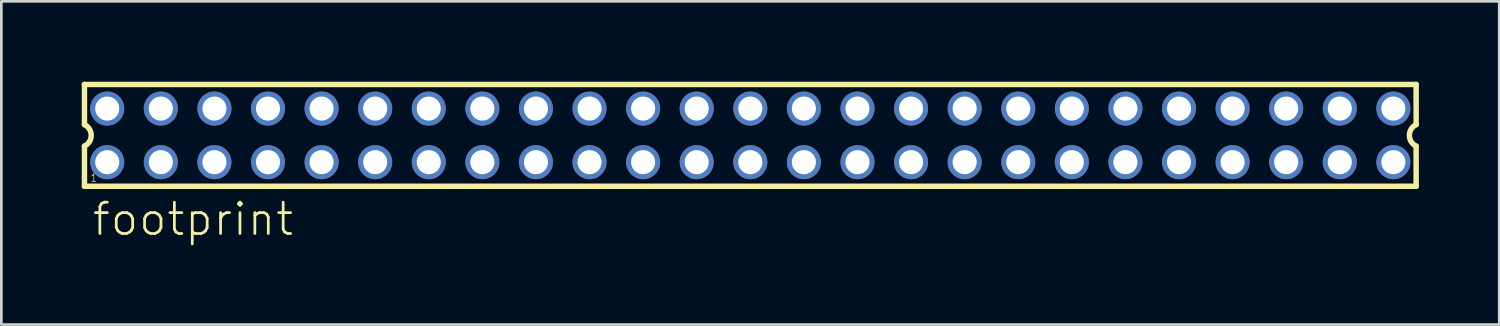
<source format=kicad_pcb>
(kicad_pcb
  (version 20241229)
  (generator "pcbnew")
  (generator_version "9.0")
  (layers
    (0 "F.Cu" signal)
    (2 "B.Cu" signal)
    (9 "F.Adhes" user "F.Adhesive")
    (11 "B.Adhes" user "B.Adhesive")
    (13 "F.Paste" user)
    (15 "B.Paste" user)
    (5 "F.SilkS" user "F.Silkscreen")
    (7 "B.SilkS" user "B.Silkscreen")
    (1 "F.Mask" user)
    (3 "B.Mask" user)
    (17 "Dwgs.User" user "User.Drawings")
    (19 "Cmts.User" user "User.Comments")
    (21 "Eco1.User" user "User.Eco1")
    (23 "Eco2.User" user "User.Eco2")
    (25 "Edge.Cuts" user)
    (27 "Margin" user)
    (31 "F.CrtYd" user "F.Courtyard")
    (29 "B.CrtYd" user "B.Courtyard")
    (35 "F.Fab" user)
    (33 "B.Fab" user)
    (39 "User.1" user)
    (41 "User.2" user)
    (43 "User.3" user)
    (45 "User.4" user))
  (footprint "footprint"
    (layer "F.Cu")
    (at 24.952 2.002)
    (property "Reference" "footprint" (at -24.62 3.81 0) (layer "F.SilkS") (effects (font (size 1.168 1.168) (thickness 0.102)) (justify left bottom)))
    (fp_line (start -24.85 -1.9) (end -24.85 -0.4) (stroke (width 0.203) (type solid)) (layer "F.SilkS"))
    (fp_line (start -24.85 0.4) (end -24.85 1.9) (stroke (width 0.203) (type solid)) (layer "F.SilkS"))
    (fp_line (start -24.85 1.9) (end 24.85 1.9) (stroke (width 0.203) (type solid)) (layer "F.SilkS"))
    (fp_line (start 24.85 -1.9) (end -24.85 -1.9) (stroke (width 0.203) (type solid)) (layer "F.SilkS"))
    (fp_line (start 24.85 -0.4) (end 24.85 -1.9) (stroke (width 0.203) (type solid)) (layer "F.SilkS"))
    (fp_line (start 24.85 1.9) (end 24.85 0.4) (stroke (width 0.203) (type solid)) (layer "F.SilkS"))
    (fp_arc (start -24.85 -0.4) (mid -24.597168 -0.000001) (end -24.849998 0.399999) (stroke (width 0.2032) (type solid)) (layer "F.SilkS"))
    (fp_arc (start 24.85 0.4) (mid 24.597168 0.000001) (end 24.849998 -0.399999) (stroke (width 0.2032) (type solid)) (layer "F.SilkS"))
    (fp_poly (pts (xy -24.25 -0.75) (xy -23.75 -0.75) (xy -23.75 -1.25) (xy -24.25 -1.25)) (stroke (width 0.1) (type solid)) (fill no) (layer "F.Fab"))
    (fp_poly (pts (xy -24.25 1.25) (xy -23.75 1.25) (xy -23.75 0.75) (xy -24.25 0.75)) (stroke (width 0.1) (type solid)) (fill no) (layer "F.Fab"))
    (fp_poly (pts (xy -22.25 -0.75) (xy -21.75 -0.75) (xy -21.75 -1.25) (xy -22.25 -1.25)) (stroke (width 0.1) (type solid)) (fill no) (layer "F.Fab"))
    (fp_poly (pts (xy -22.25 1.25) (xy -21.75 1.25) (xy -21.75 0.75) (xy -22.25 0.75)) (stroke (width 0.1) (type solid)) (fill no) (layer "F.Fab"))
    (fp_poly (pts (xy -20.25 -0.75) (xy -19.75 -0.75) (xy -19.75 -1.25) (xy -20.25 -1.25)) (stroke (width 0.1) (type solid)) (fill no) (layer "F.Fab"))
    (fp_poly (pts (xy -20.25 1.25) (xy -19.75 1.25) (xy -19.75 0.75) (xy -20.25 0.75)) (stroke (width 0.1) (type solid)) (fill no) (layer "F.Fab"))
    (fp_poly (pts (xy -18.25 -0.75) (xy -17.75 -0.75) (xy -17.75 -1.25) (xy -18.25 -1.25)) (stroke (width 0.1) (type solid)) (fill no) (layer "F.Fab"))
    (fp_poly (pts (xy -18.25 1.25) (xy -17.75 1.25) (xy -17.75 0.75) (xy -18.25 0.75)) (stroke (width 0.1) (type solid)) (fill no) (layer "F.Fab"))
    (fp_poly (pts (xy -16.25 -0.75) (xy -15.75 -0.75) (xy -15.75 -1.25) (xy -16.25 -1.25)) (stroke (width 0.1) (type solid)) (fill no) (layer "F.Fab"))
    (fp_poly (pts (xy -16.25 1.25) (xy -15.75 1.25) (xy -15.75 0.75) (xy -16.25 0.75)) (stroke (width 0.1) (type solid)) (fill no) (layer "F.Fab"))
    (fp_poly (pts (xy -14.25 -0.75) (xy -13.75 -0.75) (xy -13.75 -1.25) (xy -14.25 -1.25)) (stroke (width 0.1) (type solid)) (fill no) (layer "F.Fab"))
    (fp_poly (pts (xy -14.25 1.25) (xy -13.75 1.25) (xy -13.75 0.75) (xy -14.25 0.75)) (stroke (width 0.1) (type solid)) (fill no) (layer "F.Fab"))
    (fp_poly (pts (xy -12.25 -0.75) (xy -11.75 -0.75) (xy -11.75 -1.25) (xy -12.25 -1.25)) (stroke (width 0.1) (type solid)) (fill no) (layer "F.Fab"))
    (fp_poly (pts (xy -12.25 1.25) (xy -11.75 1.25) (xy -11.75 0.75) (xy -12.25 0.75)) (stroke (width 0.1) (type solid)) (fill no) (layer "F.Fab"))
    (fp_poly (pts (xy -10.25 -0.75) (xy -9.75 -0.75) (xy -9.75 -1.25) (xy -10.25 -1.25)) (stroke (width 0.1) (type solid)) (fill no) (layer "F.Fab"))
    (fp_poly (pts (xy -10.25 1.25) (xy -9.75 1.25) (xy -9.75 0.75) (xy -10.25 0.75)) (stroke (width 0.1) (type solid)) (fill no) (layer "F.Fab"))
    (fp_poly (pts (xy -8.25 -0.75) (xy -7.75 -0.75) (xy -7.75 -1.25) (xy -8.25 -1.25)) (stroke (width 0.1) (type solid)) (fill no) (layer "F.Fab"))
    (fp_poly (pts (xy -8.25 1.25) (xy -7.75 1.25) (xy -7.75 0.75) (xy -8.25 0.75)) (stroke (width 0.1) (type solid)) (fill no) (layer "F.Fab"))
    (fp_poly (pts (xy -6.25 -0.75) (xy -5.75 -0.75) (xy -5.75 -1.25) (xy -6.25 -1.25)) (stroke (width 0.1) (type solid)) (fill no) (layer "F.Fab"))
    (fp_poly (pts (xy -6.25 1.25) (xy -5.75 1.25) (xy -5.75 0.75) (xy -6.25 0.75)) (stroke (width 0.1) (type solid)) (fill no) (layer "F.Fab"))
    (fp_poly (pts (xy -4.25 -0.75) (xy -3.75 -0.75) (xy -3.75 -1.25) (xy -4.25 -1.25)) (stroke (width 0.1) (type solid)) (fill no) (layer "F.Fab"))
    (fp_poly (pts (xy -4.25 1.25) (xy -3.75 1.25) (xy -3.75 0.75) (xy -4.25 0.75)) (stroke (width 0.1) (type solid)) (fill no) (layer "F.Fab"))
    (fp_poly (pts (xy -2.25 -0.75) (xy -1.75 -0.75) (xy -1.75 -1.25) (xy -2.25 -1.25)) (stroke (width 0.1) (type solid)) (fill no) (layer "F.Fab"))
    (fp_poly (pts (xy -2.25 1.25) (xy -1.75 1.25) (xy -1.75 0.75) (xy -2.25 0.75)) (stroke (width 0.1) (type solid)) (fill no) (layer "F.Fab"))
    (fp_poly (pts (xy -0.25 -0.75) (xy 0.25 -0.75) (xy 0.25 -1.25) (xy -0.25 -1.25)) (stroke (width 0.1) (type solid)) (fill no) (layer "F.Fab"))
    (fp_poly (pts (xy -0.25 1.25) (xy 0.25 1.25) (xy 0.25 0.75) (xy -0.25 0.75)) (stroke (width 0.1) (type solid)) (fill no) (layer "F.Fab"))
    (fp_poly (pts (xy 1.75 -0.75) (xy 2.25 -0.75) (xy 2.25 -1.25) (xy 1.75 -1.25)) (stroke (width 0.1) (type solid)) (fill no) (layer "F.Fab"))
    (fp_poly (pts (xy 1.75 1.25) (xy 2.25 1.25) (xy 2.25 0.75) (xy 1.75 0.75)) (stroke (width 0.1) (type solid)) (fill no) (layer "F.Fab"))
    (fp_poly (pts (xy 3.75 -0.75) (xy 4.25 -0.75) (xy 4.25 -1.25) (xy 3.75 -1.25)) (stroke (width 0.1) (type solid)) (fill no) (layer "F.Fab"))
    (fp_poly (pts (xy 3.75 1.25) (xy 4.25 1.25) (xy 4.25 0.75) (xy 3.75 0.75)) (stroke (width 0.1) (type solid)) (fill no) (layer "F.Fab"))
    (fp_poly (pts (xy 5.75 -0.75) (xy 6.25 -0.75) (xy 6.25 -1.25) (xy 5.75 -1.25)) (stroke (width 0.1) (type solid)) (fill no) (layer "F.Fab"))
    (fp_poly (pts (xy 5.75 1.25) (xy 6.25 1.25) (xy 6.25 0.75) (xy 5.75 0.75)) (stroke (width 0.1) (type solid)) (fill no) (layer "F.Fab"))
    (fp_poly (pts (xy 7.75 -0.75) (xy 8.25 -0.75) (xy 8.25 -1.25) (xy 7.75 -1.25)) (stroke (width 0.1) (type solid)) (fill no) (layer "F.Fab"))
    (fp_poly (pts (xy 7.75 1.25) (xy 8.25 1.25) (xy 8.25 0.75) (xy 7.75 0.75)) (stroke (width 0.1) (type solid)) (fill no) (layer "F.Fab"))
    (fp_poly (pts (xy 9.75 -0.75) (xy 10.25 -0.75) (xy 10.25 -1.25) (xy 9.75 -1.25)) (stroke (width 0.1) (type solid)) (fill no) (layer "F.Fab"))
    (fp_poly (pts (xy 9.75 1.25) (xy 10.25 1.25) (xy 10.25 0.75) (xy 9.75 0.75)) (stroke (width 0.1) (type solid)) (fill no) (layer "F.Fab"))
    (fp_poly (pts (xy 11.75 -0.75) (xy 12.25 -0.75) (xy 12.25 -1.25) (xy 11.75 -1.25)) (stroke (width 0.1) (type solid)) (fill no) (layer "F.Fab"))
    (fp_poly (pts (xy 11.75 1.25) (xy 12.25 1.25) (xy 12.25 0.75) (xy 11.75 0.75)) (stroke (width 0.1) (type solid)) (fill no) (layer "F.Fab"))
    (fp_poly (pts (xy 13.75 -0.75) (xy 14.25 -0.75) (xy 14.25 -1.25) (xy 13.75 -1.25)) (stroke (width 0.1) (type solid)) (fill no) (layer "F.Fab"))
    (fp_poly (pts (xy 13.75 1.25) (xy 14.25 1.25) (xy 14.25 0.75) (xy 13.75 0.75)) (stroke (width 0.1) (type solid)) (fill no) (layer "F.Fab"))
    (fp_poly (pts (xy 15.75 -0.75) (xy 16.25 -0.75) (xy 16.25 -1.25) (xy 15.75 -1.25)) (stroke (width 0.1) (type solid)) (fill no) (layer "F.Fab"))
    (fp_poly (pts (xy 15.75 1.25) (xy 16.25 1.25) (xy 16.25 0.75) (xy 15.75 0.75)) (stroke (width 0.1) (type solid)) (fill no) (layer "F.Fab"))
    (fp_poly (pts (xy 17.75 -0.75) (xy 18.25 -0.75) (xy 18.25 -1.25) (xy 17.75 -1.25)) (stroke (width 0.1) (type solid)) (fill no) (layer "F.Fab"))
    (fp_poly (pts (xy 17.75 1.25) (xy 18.25 1.25) (xy 18.25 0.75) (xy 17.75 0.75)) (stroke (width 0.1) (type solid)) (fill no) (layer "F.Fab"))
    (fp_poly (pts (xy 19.75 -0.75) (xy 20.25 -0.75) (xy 20.25 -1.25) (xy 19.75 -1.25)) (stroke (width 0.1) (type solid)) (fill no) (layer "F.Fab"))
    (fp_poly (pts (xy 19.75 1.25) (xy 20.25 1.25) (xy 20.25 0.75) (xy 19.75 0.75)) (stroke (width 0.1) (type solid)) (fill no) (layer "F.Fab"))
    (fp_poly (pts (xy 21.75 -0.75) (xy 22.25 -0.75) (xy 22.25 -1.25) (xy 21.75 -1.25)) (stroke (width 0.1) (type solid)) (fill no) (layer "F.Fab"))
    (fp_poly (pts (xy 21.75 1.25) (xy 22.25 1.25) (xy 22.25 0.75) (xy 21.75 0.75)) (stroke (width 0.1) (type solid)) (fill no) (layer "F.Fab"))
    (fp_poly (pts (xy 23.75 -0.75) (xy 24.25 -0.75) (xy 24.25 -1.25) (xy 23.75 -1.25)) (stroke (width 0.1) (type solid)) (fill no) (layer "F.Fab"))
    (fp_poly (pts (xy 23.75 1.25) (xy 24.25 1.25) (xy 24.25 0.75) (xy 23.75 0.75)) (stroke (width 0.1) (type solid)) (fill no) (layer "F.Fab"))
    (fp_text user "1" (at -24.65 1.75 0) (layer "F.SilkS") (effects (font (size 0.28 0.28) (thickness 0.024)) (justify left bottom)))
    (pad "1" thru_hole circle (at -24 1) (size 1.27 1.27) (drill 0.9) (layers "*.Cu" "*.Mask"))
    (pad "2" thru_hole circle (at -24 -1) (size 1.27 1.27) (drill 0.9) (layers "*.Cu" "*.Mask"))
    (pad "3" thru_hole circle (at -22 1) (size 1.27 1.27) (drill 0.9) (layers "*.Cu" "*.Mask"))
    (pad "4" thru_hole circle (at -22 -1) (size 1.27 1.27) (drill 0.9) (layers "*.Cu" "*.Mask"))
    (pad "5" thru_hole circle (at -20 1) (size 1.27 1.27) (drill 0.9) (layers "*.Cu" "*.Mask"))
    (pad "6" thru_hole circle (at -20 -1) (size 1.27 1.27) (drill 0.9) (layers "*.Cu" "*.Mask"))
    (pad "7" thru_hole circle (at -18 1) (size 1.27 1.27) (drill 0.9) (layers "*.Cu" "*.Mask"))
    (pad "8" thru_hole circle (at -18 -1) (size 1.27 1.27) (drill 0.9) (layers "*.Cu" "*.Mask"))
    (pad "9" thru_hole circle (at -16 1) (size 1.27 1.27) (drill 0.9) (layers "*.Cu" "*.Mask"))
    (pad "10" thru_hole circle (at -16 -1) (size 1.27 1.27) (drill 0.9) (layers "*.Cu" "*.Mask"))
    (pad "11" thru_hole circle (at -14 1) (size 1.27 1.27) (drill 0.9) (layers "*.Cu" "*.Mask"))
    (pad "12" thru_hole circle (at -14 -1) (size 1.27 1.27) (drill 0.9) (layers "*.Cu" "*.Mask"))
    (pad "13" thru_hole circle (at -12 1) (size 1.27 1.27) (drill 0.9) (layers "*.Cu" "*.Mask"))
    (pad "14" thru_hole circle (at -12 -1) (size 1.27 1.27) (drill 0.9) (layers "*.Cu" "*.Mask"))
    (pad "15" thru_hole circle (at -10 1) (size 1.27 1.27) (drill 0.9) (layers "*.Cu" "*.Mask"))
    (pad "16" thru_hole circle (at -10 -1) (size 1.27 1.27) (drill 0.9) (layers "*.Cu" "*.Mask"))
    (pad "17" thru_hole circle (at -8 1) (size 1.27 1.27) (drill 0.9) (layers "*.Cu" "*.Mask"))
    (pad "18" thru_hole circle (at -8 -1) (size 1.27 1.27) (drill 0.9) (layers "*.Cu" "*.Mask"))
    (pad "19" thru_hole circle (at -6 1) (size 1.27 1.27) (drill 0.9) (layers "*.Cu" "*.Mask"))
    (pad "20" thru_hole circle (at -6 -1) (size 1.27 1.27) (drill 0.9) (layers "*.Cu" "*.Mask"))
    (pad "21" thru_hole circle (at -4 1) (size 1.27 1.27) (drill 0.9) (layers "*.Cu" "*.Mask"))
    (pad "22" thru_hole circle (at -4 -1) (size 1.27 1.27) (drill 0.9) (layers "*.Cu" "*.Mask"))
    (pad "23" thru_hole circle (at -2 1) (size 1.27 1.27) (drill 0.9) (layers "*.Cu" "*.Mask"))
    (pad "24" thru_hole circle (at -2 -1) (size 1.27 1.27) (drill 0.9) (layers "*.Cu" "*.Mask"))
    (pad "25" thru_hole circle (at 0 1) (size 1.27 1.27) (drill 0.9) (layers "*.Cu" "*.Mask"))
    (pad "26" thru_hole circle (at 0 -1) (size 1.27 1.27) (drill 0.9) (layers "*.Cu" "*.Mask"))
    (pad "27" thru_hole circle (at 2 1) (size 1.27 1.27) (drill 0.9) (layers "*.Cu" "*.Mask"))
    (pad "28" thru_hole circle (at 2 -1) (size 1.27 1.27) (drill 0.9) (layers "*.Cu" "*.Mask"))
    (pad "29" thru_hole circle (at 4 1) (size 1.27 1.27) (drill 0.9) (layers "*.Cu" "*.Mask"))
    (pad "30" thru_hole circle (at 4 -1) (size 1.27 1.27) (drill 0.9) (layers "*.Cu" "*.Mask"))
    (pad "31" thru_hole circle (at 6 1) (size 1.27 1.27) (drill 0.9) (layers "*.Cu" "*.Mask"))
    (pad "32" thru_hole circle (at 6 -1) (size 1.27 1.27) (drill 0.9) (layers "*.Cu" "*.Mask"))
    (pad "33" thru_hole circle (at 8 1) (size 1.27 1.27) (drill 0.9) (layers "*.Cu" "*.Mask"))
    (pad "34" thru_hole circle (at 8 -1) (size 1.27 1.27) (drill 0.9) (layers "*.Cu" "*.Mask"))
    (pad "35" thru_hole circle (at 10 1) (size 1.27 1.27) (drill 0.9) (layers "*.Cu" "*.Mask"))
    (pad "36" thru_hole circle (at 10 -1) (size 1.27 1.27) (drill 0.9) (layers "*.Cu" "*.Mask"))
    (pad "37" thru_hole circle (at 12 1) (size 1.27 1.27) (drill 0.9) (layers "*.Cu" "*.Mask"))
    (pad "38" thru_hole circle (at 12 -1) (size 1.27 1.27) (drill 0.9) (layers "*.Cu" "*.Mask"))
    (pad "39" thru_hole circle (at 14 1) (size 1.27 1.27) (drill 0.9) (layers "*.Cu" "*.Mask"))
    (pad "40" thru_hole circle (at 14 -1) (size 1.27 1.27) (drill 0.9) (layers "*.Cu" "*.Mask"))
    (pad "41" thru_hole circle (at 16 1) (size 1.27 1.27) (drill 0.9) (layers "*.Cu" "*.Mask"))
    (pad "42" thru_hole circle (at 16 -1) (size 1.27 1.27) (drill 0.9) (layers "*.Cu" "*.Mask"))
    (pad "43" thru_hole circle (at 18 1) (size 1.27 1.27) (drill 0.9) (layers "*.Cu" "*.Mask"))
    (pad "44" thru_hole circle (at 18 -1) (size 1.27 1.27) (drill 0.9) (layers "*.Cu" "*.Mask"))
    (pad "45" thru_hole circle (at 20 1) (size 1.27 1.27) (drill 0.9) (layers "*.Cu" "*.Mask"))
    (pad "46" thru_hole circle (at 20 -1) (size 1.27 1.27) (drill 0.9) (layers "*.Cu" "*.Mask"))
    (pad "47" thru_hole circle (at 22 1) (size 1.27 1.27) (drill 0.9) (layers "*.Cu" "*.Mask"))
    (pad "48" thru_hole circle (at 22 -1) (size 1.27 1.27) (drill 0.9) (layers "*.Cu" "*.Mask"))
    (pad "49" thru_hole circle (at 24 1) (size 1.27 1.27) (drill 0.9) (layers "*.Cu" "*.Mask"))
    (pad "50" thru_hole circle (at 24 -1) (size 1.27 1.27) (drill 0.9) (layers "*.Cu" "*.Mask")))
  (gr_rect
    (start -3 -3)
    (end 52.903 9.062)
    (stroke (width 0.1) (type default))
    (fill no)
    (layer "Edge.Cuts")))
</source>
